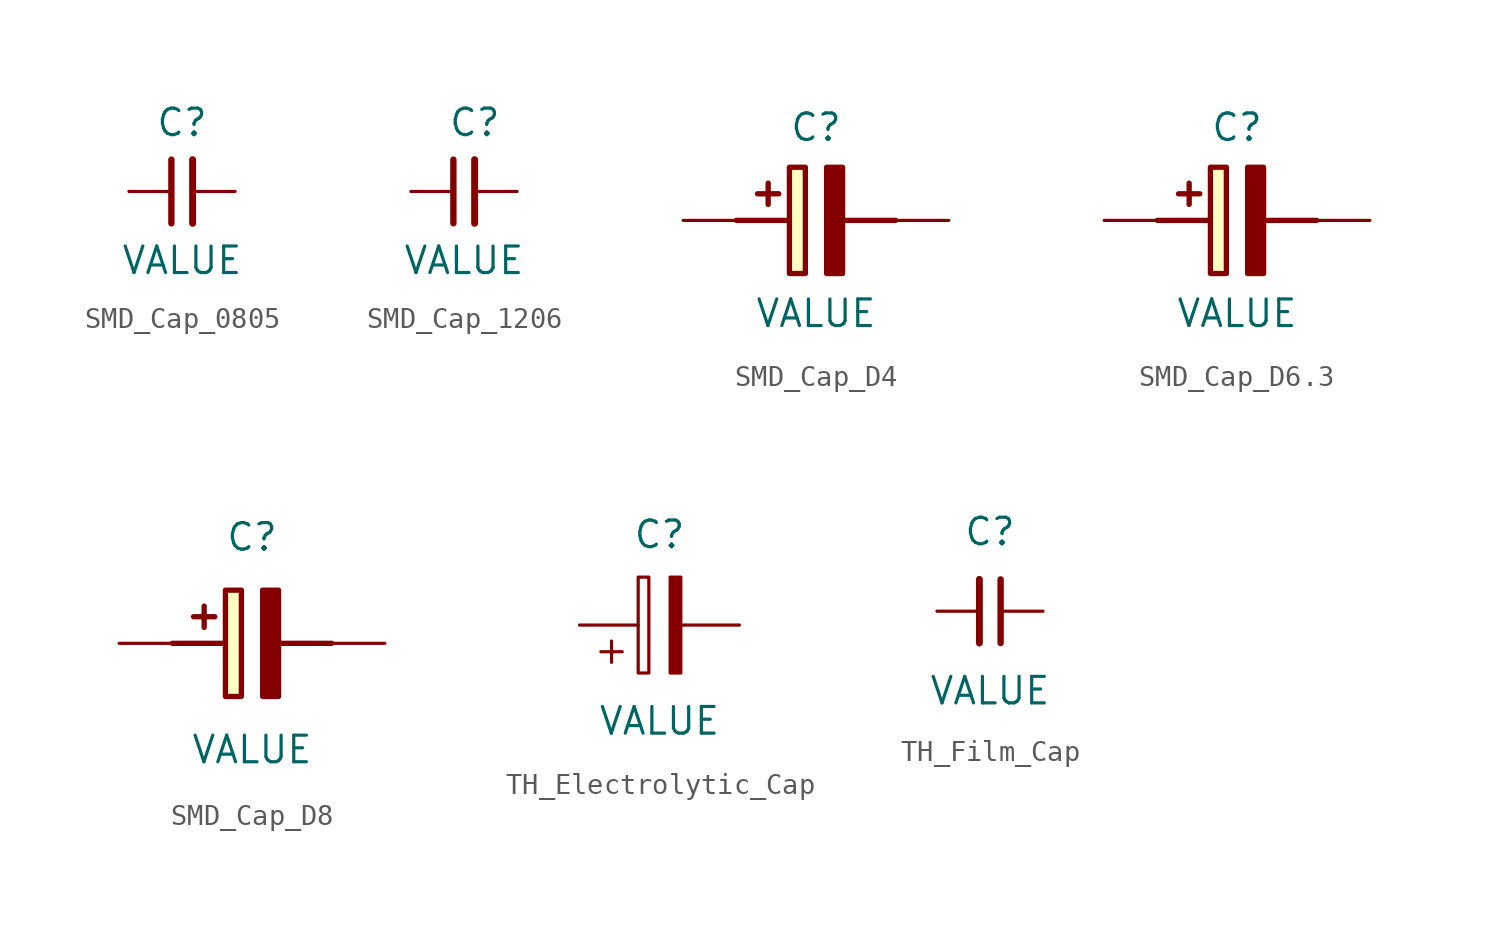
<source format=kicad_sym>
(kicad_symbol_lib
  (version 20241209)
  (generator "kicad_symbol_editor")
  (generator_version "9.0")
  (symbol "SMD_Cap_0805"
    (pin_numbers
      (hide yes))
    (pin_names
      (offset 0.254))
    (property "Reference" "C"
      (at 0 3.302 0)
      (do_not_autoplace)
      (effects (font (size 1.27 1.27))))
    (property "Value" "VALUE"
      (at 0 -3.302 0)
      (do_not_autoplace)
      (effects (font (size 1.27 1.27))))
    (symbol "SMD_Cap_0805_1_1"
      (polyline (pts (xy -0.508 -1.524) (xy -0.508 1.524)) (stroke (width 0.305) (type default)) (fill (type none)))
      (polyline (pts (xy 0.508 -1.524) (xy 0.508 1.524)) (stroke (width 0.33) (type default)) (fill (type none)))
      (pin passive line (at -2.54 0 0) (length 2.032) (name "~" (effects (font (size 1.27 1.27)))) (number "1" (effects (font (size 1.27 1.27)))))
      (pin passive line (at 2.54 0 180) (length 2.032) (name "~" (effects (font (size 1.27 1.27)))) (number "2" (effects (font (size 1.27 1.27)))))))
  (symbol "SMD_Cap_1206"
    (pin_numbers
      (hide yes))
    (pin_names
      (offset 0.254)
      (hide yes))
    (property "Reference" "C"
      (at -0.762 3.302 0)
      (do_not_autoplace)
      (effects (font (size 1.27 1.27)) (justify left)))
    (property "Value" "VALUE"
      (at 0 -3.302 0)
      (do_not_autoplace)
      (effects (font (size 1.27 1.27))))
    (symbol "SMD_Cap_1206_0_1"
      (polyline (pts (xy -0.508 -1.524) (xy -0.508 1.524)) (stroke (width 0.305) (type default)) (fill (type none)))
      (polyline (pts (xy 0.508 -1.524) (xy 0.508 1.524)) (stroke (width 0.33) (type default)) (fill (type none))))
    (symbol "SMD_Cap_1206_1_1"
      (pin passive line (at -2.54 0 0) (length 2.032) (name "~" (effects (font (size 1.27 1.27)))) (number "1" (effects (font (size 1.27 1.27)))))
      (pin passive line (at 2.54 0 180) (length 2.032) (name "~" (effects (font (size 1.27 1.27)))) (number "2" (effects (font (size 1.27 1.27)))))))
  (symbol "SMD_Cap_D4"
    (pin_numbers
      (hide yes))
    (pin_names
      (hide yes))
    (property "Reference" "C"
      (at 0 4.445 0)
      (do_not_autoplace)
      (effects (font (size 1.27 1.27))))
    (property "Value" "VALUE"
      (at 0 -4.445 0)
      (do_not_autoplace)
      (effects (font (size 1.27 1.27))))
    (symbol "SMD_Cap_D4_1_1"
      (polyline (pts (xy -3.81 0) (xy -1.27 0)) (stroke (width 0.254) (type default)) (fill (type none)))
      (polyline (pts (xy -2.286 1.778) (xy -2.286 0.762)) (stroke (width 0.254) (type default)) (fill (type none)))
      (polyline (pts (xy -1.778 1.27) (xy -2.794 1.27)) (stroke (width 0.254) (type default)) (fill (type none)))
      (rectangle (start -1.27 2.54) (end -0.508 -2.54) (stroke (width 0.254) (type default)) (fill (type background)))
      (polyline (pts (xy 1.27 2.54) (xy 1.27 -2.54) (xy 0.508 -2.54) (xy 0.508 2.54) (xy 1.27 2.54)) (stroke (width 0.254) (type default)) (fill (type outline)))
      (polyline (pts (xy 1.27 0) (xy 3.81 0)) (stroke (width 0.254) (type default)) (fill (type none)))
      (pin passive line (at -6.35 0 0) (length 2.54) (name "+" (effects (font (size 1.27 1.27)))) (number "1" (effects (font (size 1.27 1.27)))))
      (pin passive line (at 6.35 0 180) (length 2.54) (name "-" (effects (font (size 1.27 1.27)))) (number "2" (effects (font (size 1.27 1.27)))))))
  (symbol "SMD_Cap_D6.3"
    (pin_numbers
      (hide yes))
    (pin_names
      (hide yes))
    (property "Reference" "C"
      (at 0 4.445 0)
      (do_not_autoplace)
      (effects (font (size 1.27 1.27))))
    (property "Value" "VALUE"
      (at 0 -4.445 0)
      (do_not_autoplace)
      (effects (font (size 1.27 1.27))))
    (symbol "SMD_Cap_D6.3_1_1"
      (polyline (pts (xy -3.81 0) (xy -1.27 0)) (stroke (width 0.254) (type default)) (fill (type none)))
      (polyline (pts (xy -2.286 1.778) (xy -2.286 0.762)) (stroke (width 0.254) (type default)) (fill (type none)))
      (polyline (pts (xy -1.778 1.27) (xy -2.794 1.27)) (stroke (width 0.254) (type default)) (fill (type none)))
      (rectangle (start -1.27 2.54) (end -0.508 -2.54) (stroke (width 0.254) (type default)) (fill (type background)))
      (polyline (pts (xy 1.27 2.54) (xy 1.27 -2.54) (xy 0.508 -2.54) (xy 0.508 2.54) (xy 1.27 2.54)) (stroke (width 0.254) (type default)) (fill (type outline)))
      (polyline (pts (xy 1.27 0) (xy 3.81 0)) (stroke (width 0.254) (type default)) (fill (type none)))
      (pin passive line (at -6.35 0 0) (length 2.54) (name "+" (effects (font (size 1.27 1.27)))) (number "1" (effects (font (size 1.27 1.27)))))
      (pin passive line (at 6.35 0 180) (length 2.54) (name "-" (effects (font (size 1.27 1.27)))) (number "2" (effects (font (size 1.27 1.27)))))))
  (symbol "SMD_Cap_D8"
    (pin_numbers
      (hide yes))
    (pin_names
      (hide yes))
    (property "Reference" "C"
      (at 6.35 5.08 0)
      (do_not_autoplace)
      (effects (font (size 1.27 1.27))))
    (property "Value" "VALUE"
      (at 6.35 -5.08 0)
      (do_not_autoplace)
      (effects (font (size 1.27 1.27))))
    (symbol "SMD_Cap_D8_1_1"
      (polyline (pts (xy 2.54 0) (xy 5.08 0)) (stroke (width 0.254) (type default)) (fill (type none)))
      (polyline (pts (xy 4.064 1.778) (xy 4.064 0.762)) (stroke (width 0.254) (type default)) (fill (type none)))
      (polyline (pts (xy 4.572 1.27) (xy 3.556 1.27)) (stroke (width 0.254) (type default)) (fill (type none)))
      (rectangle (start 5.08 2.54) (end 5.842 -2.54) (stroke (width 0.254) (type default)) (fill (type background)))
      (polyline (pts (xy 7.62 2.54) (xy 7.62 -2.54) (xy 6.858 -2.54) (xy 6.858 2.54) (xy 7.62 2.54)) (stroke (width 0.254) (type default)) (fill (type outline)))
      (polyline (pts (xy 7.62 0) (xy 10.16 0)) (stroke (width 0.254) (type default)) (fill (type none)))
      (pin passive line (at 0 0 0) (length 2.54) (name "+" (effects (font (size 1.27 1.27)))) (number "1" (effects (font (size 1.27 1.27)))))
      (pin passive line (at 12.7 0 180) (length 2.54) (name "-" (effects (font (size 1.27 1.27)))) (number "2" (effects (font (size 1.27 1.27)))))))
  (symbol "TH_Electrolytic_Cap"
    (pin_numbers
      (hide yes))
    (pin_names
      (offset 0.254)
      (hide yes))
    (property "Reference" "C"
      (at 0 4.318 0)
      (do_not_autoplace)
      (effects (font (size 1.27 1.27))))
    (property "Value" "VALUE"
      (at 0 -4.572 0)
      (do_not_autoplace)
      (effects (font (size 1.27 1.27))))
    (symbol "TH_Electrolytic_Cap_0_1"
      (polyline (pts (xy -2.794 -1.27) (xy -1.778 -1.27)) (stroke (width 0) (type default)) (fill (type none)))
      (polyline (pts (xy -2.286 -1.778) (xy -2.286 -0.762)) (stroke (width 0) (type default)) (fill (type none)))
      (rectangle (start -0.508 -2.286) (end -1.016 2.286) (stroke (width 0) (type default)) (fill (type none)))
      (rectangle (start 0.508 2.286) (end 1.016 -2.286) (stroke (width 0) (type default)) (fill (type outline))))
    (symbol "TH_Electrolytic_Cap_1_1"
      (pin passive line (at -3.81 0 0) (length 2.794) (name "~" (effects (font (size 1.27 1.27)))) (number "1" (effects (font (size 1.27 1.27)))))
      (pin passive line (at 3.81 0 180) (length 2.794) (name "~" (effects (font (size 1.27 1.27)))) (number "2" (effects (font (size 1.27 1.27)))))))
  (symbol "TH_Film_Cap"
    (pin_numbers
      (hide yes))
    (pin_names
      (offset 0.254)
      (hide yes))
    (property "Reference" "C"
      (at 0 3.81 0)
      (do_not_autoplace)
      (effects (font (size 1.27 1.27))))
    (property "Value" "VALUE"
      (at 0 -3.81 0)
      (do_not_autoplace)
      (effects (font (size 1.27 1.27))))
    (symbol "TH_Film_Cap_0_1"
      (polyline (pts (xy -0.508 1.524) (xy -0.508 -1.524)) (stroke (width 0.33) (type default)) (fill (type none)))
      (polyline (pts (xy 0.508 1.524) (xy 0.508 -1.524)) (stroke (width 0.305) (type default)) (fill (type none))))
    (symbol "TH_Film_Cap_1_1"
      (pin passive line (at -2.54 0 0) (length 2.032) (name "~" (effects (font (size 1.27 1.27)))) (number "2" (effects (font (size 1.27 1.27)))))
      (pin passive line (at 2.54 0 180) (length 2.032) (name "~" (effects (font (size 1.27 1.27)))) (number "1" (effects (font (size 1.27 1.27))))))))
</source>
